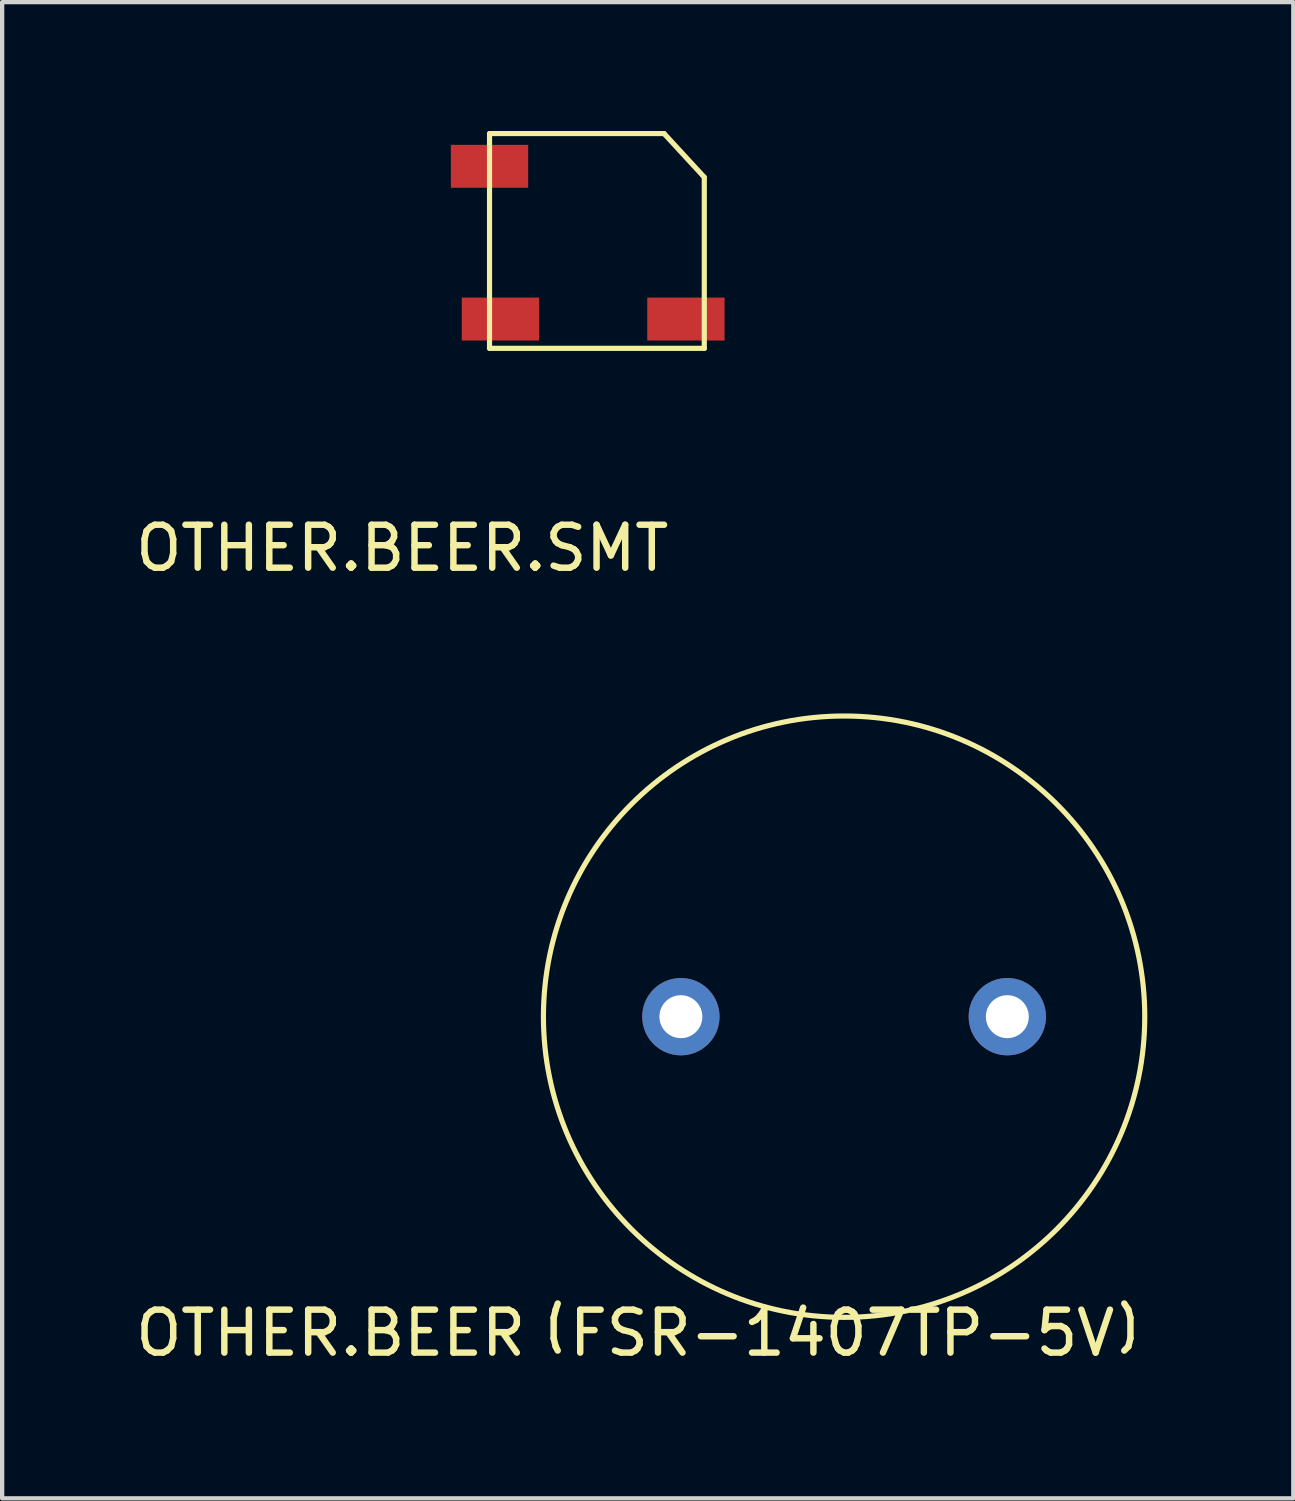
<source format=kicad_pcb>
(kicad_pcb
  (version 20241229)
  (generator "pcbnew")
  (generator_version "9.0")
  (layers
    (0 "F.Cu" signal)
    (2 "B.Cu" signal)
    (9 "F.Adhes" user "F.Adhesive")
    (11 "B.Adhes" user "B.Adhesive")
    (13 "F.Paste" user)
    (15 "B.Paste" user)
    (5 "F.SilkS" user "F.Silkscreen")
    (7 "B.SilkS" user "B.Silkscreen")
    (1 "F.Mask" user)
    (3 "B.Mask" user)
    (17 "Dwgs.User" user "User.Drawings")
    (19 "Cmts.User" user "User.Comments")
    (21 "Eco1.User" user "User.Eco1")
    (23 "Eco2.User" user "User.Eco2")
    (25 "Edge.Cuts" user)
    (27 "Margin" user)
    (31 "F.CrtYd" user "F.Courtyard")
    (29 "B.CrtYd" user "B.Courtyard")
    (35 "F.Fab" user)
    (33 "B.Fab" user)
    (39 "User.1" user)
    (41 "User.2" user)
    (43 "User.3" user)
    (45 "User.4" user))
  (footprint "OTHER.BEER（FSR-1407TP-5V）"
    (layer "F.Cu")
    (at 16.602 20.62)
    (property "Reference" "OTHER.BEER（FSR-1407TP-5V）" (at -4.572 7.366 0) (layer "F.SilkS") (effects (font (size 1 1) (thickness 0.15))))
    (attr through_hole)
    (fp_circle (center 0 0) (end 7 0) (stroke (width 0.12) (type solid)) (fill no) (layer "F.SilkS"))
    (pad "1" thru_hole circle (at -3.8 0) (size 1.8 1.8) (drill 1) (layers "*.Cu" "*.Mask"))
    (pad "2" thru_hole circle (at 3.8 0) (size 1.8 1.8) (drill 1) (layers "*.Cu" "*.Mask")))
  (footprint "OTHER.BEER.SMT"
    (layer "F.Cu")
    (at 10.887 2.346)
    (property "Reference" "OTHER.BEER.SMT" (at -4.572 7.366 0) (layer "F.SilkS") (effects (font (size 1 1) (thickness 0.15))))
    (attr through_hole)
    (fp_line (start -2.54 -2.286) (end -2.54 2.714) (stroke (width 0.12) (type solid)) (layer "F.SilkS"))
    (fp_line (start -2.54 -2.286) (end 1.524 -2.286) (stroke (width 0.12) (type solid)) (layer "F.SilkS"))
    (fp_line (start 1.524 -2.286) (end 2.46 -1.27) (stroke (width 0.12) (type solid)) (layer "F.SilkS"))
    (fp_line (start 2.46 -1.27) (end 2.46 2.714) (stroke (width 0.12) (type solid)) (layer "F.SilkS"))
    (fp_line (start 2.46 2.714) (end -2.54 2.714) (stroke (width 0.12) (type solid)) (layer "F.SilkS"))
    (pad "1" smd rect (at -2.286 2.032 90) (size 1 1.8) (layers "F.Cu" "F.Mask" "F.Paste"))
    (pad "2" smd rect (at 2.032 2.032 90) (size 1 1.8) (layers "F.Cu" "F.Mask" "F.Paste"))
    (pad "NC" smd rect (at -2.54 -1.524 90) (size 1 1.8) (layers "F.Cu" "F.Mask" "F.Paste")))
  (gr_rect
    (start -3 -3)
    (end 27.06 31.834)
    (stroke (width 0.1) (type default))
    (fill no)
    (layer "Edge.Cuts")))
</source>
